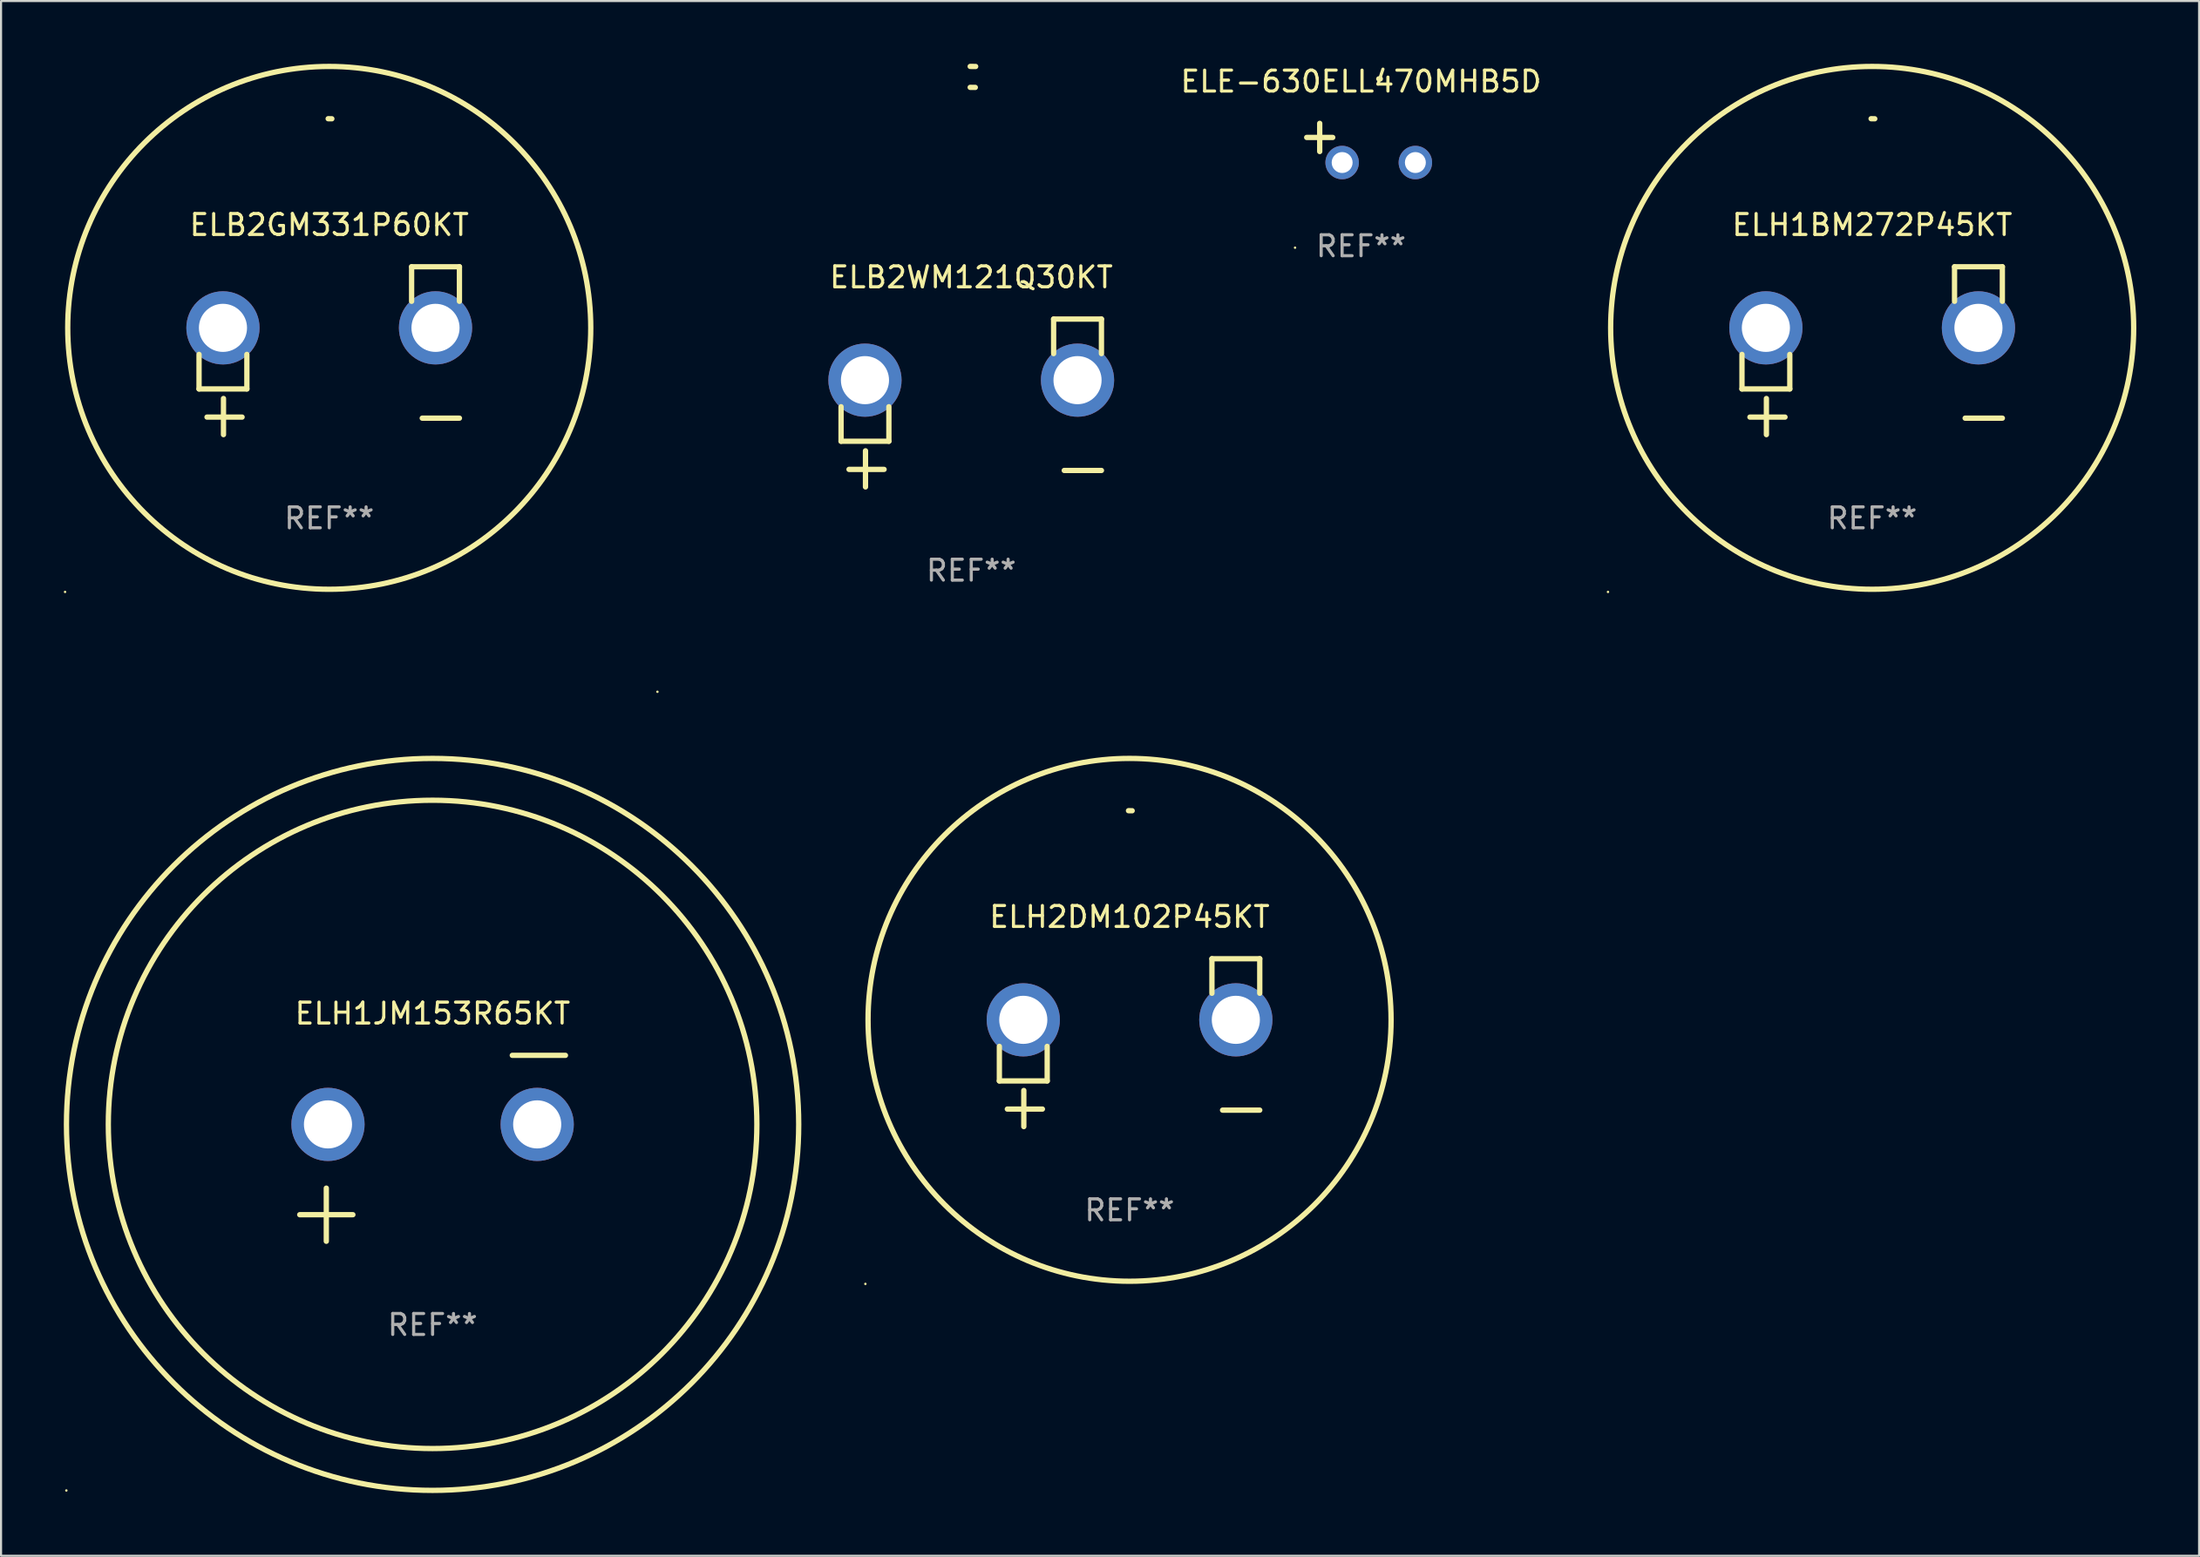
<source format=kicad_pcb>
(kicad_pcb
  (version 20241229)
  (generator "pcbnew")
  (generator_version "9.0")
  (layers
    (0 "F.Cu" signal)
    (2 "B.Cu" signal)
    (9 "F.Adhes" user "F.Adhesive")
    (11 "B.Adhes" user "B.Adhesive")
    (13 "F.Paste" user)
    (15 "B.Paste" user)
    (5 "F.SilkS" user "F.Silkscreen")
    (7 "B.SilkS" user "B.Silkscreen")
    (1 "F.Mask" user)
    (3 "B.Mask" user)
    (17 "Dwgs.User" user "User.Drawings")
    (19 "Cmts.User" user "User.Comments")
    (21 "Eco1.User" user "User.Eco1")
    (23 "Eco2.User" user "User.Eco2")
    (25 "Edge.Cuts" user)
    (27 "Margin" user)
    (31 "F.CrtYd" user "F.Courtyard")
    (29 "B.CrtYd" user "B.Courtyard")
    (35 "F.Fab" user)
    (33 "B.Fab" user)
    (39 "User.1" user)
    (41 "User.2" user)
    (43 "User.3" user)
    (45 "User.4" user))
  (footprint "ELH2DM102P45KT"
    (layer "F.Cu")
    (at 50.941 46.807)
    (property "Reference" "ELH2DM102P45KT" (at 0 -6.013 0) (layer "F.SilkS") (effects (font (size 1 1) (thickness 0.15))))
    (attr through_hole)
    (fp_line (start -6.223 0.178) (end -6.223 1.829) (stroke (width 0.254) (type solid)) (layer "F.SilkS"))
    (fp_line (start -6.223 1.829) (end -3.937 1.829) (stroke (width 0.254) (type solid)) (layer "F.SilkS"))
    (fp_line (start -5.055 4.013) (end -5.055 2.286) (stroke (width 0.254) (type solid)) (layer "F.SilkS"))
    (fp_line (start -4.166 3.175) (end -5.842 3.175) (stroke (width 0.254) (type solid)) (layer "F.SilkS"))
    (fp_line (start -3.937 1.829) (end -3.937 0.178) (stroke (width 0.254) (type solid)) (layer "F.SilkS"))
    (fp_line (start 3.937 -4.013) (end 3.937 -2.362) (stroke (width 0.254) (type solid)) (layer "F.SilkS"))
    (fp_line (start 6.223 -4.013) (end 3.937 -4.013) (stroke (width 0.254) (type solid)) (layer "F.SilkS"))
    (fp_line (start 6.223 -2.362) (end 6.223 -4.013) (stroke (width 0.254) (type solid)) (layer "F.SilkS"))
    (fp_line (start 6.223 3.226) (end 4.445 3.226) (stroke (width 0.254) (type solid)) (layer "F.SilkS"))
    (fp_arc (start -0.0508 -11.092202) (mid 0.036835 -11.091307) (end 0.12446 -11.089662) (stroke (width 0.254001) (type solid)) (layer "F.SilkS"))
    (fp_circle (center -12.627 11.535) (end -12.597 11.535) (stroke (width 0.06) (type solid)) (fill no) (layer "F.SilkS"))
    (fp_circle (center 0 -1.092) (end 12.5 -1.092) (stroke (width 0.254) (type solid)) (fill no) (layer "F.SilkS"))
    (fp_text user "REF**" (at 0 8.013 0) (layer "F.Fab") (effects (font (size 1 1) (thickness 0.15))))
    (pad "1" thru_hole circle (at -5.08 -1.092) (size 3.5 3.5) (drill 2.3) (layers "*.Cu" "*.Mask"))
    (pad "2" thru_hole circle (at 5.08 -1.092) (size 3.5 3.5) (drill 2.3) (layers "*.Cu" "*.Mask")))
  (footprint "ELH1JM153R65KT"
    (layer "F.Cu")
    (at 17.627 51.858)
    (property "Reference" "ELH1JM153R65KT" (at 0 -6.445 0) (layer "F.SilkS") (effects (font (size 1 1) (thickness 0.15))))
    (attr through_hole)
    (fp_line (start -6.35 3.175) (end -3.81 3.175) (stroke (width 0.254) (type solid)) (layer "F.SilkS"))
    (fp_line (start -5.08 1.905) (end -5.08 4.445) (stroke (width 0.254) (type solid)) (layer "F.SilkS"))
    (fp_line (start 3.81 -4.445) (end 6.35 -4.445) (stroke (width 0.254) (type solid)) (layer "F.SilkS"))
    (fp_circle (center -17.505 16.362) (end -17.475 16.362) (stroke (width 0.06) (type solid)) (fill no) (layer "F.SilkS"))
    (fp_circle (center 0 -1.143) (end 15.5 -1.143) (stroke (width 0.254) (type solid)) (fill no) (layer "F.SilkS"))
    (fp_circle (center 0 -1.143) (end 17.5 -1.143) (stroke (width 0.254) (type solid)) (fill no) (layer "F.SilkS"))
    (fp_text user "REF**" (at 0 8.445 0) (layer "F.Fab") (effects (font (size 1 1) (thickness 0.15))))
    (pad "1" thru_hole circle (at -5 -1.143) (size 3.5 3.5) (drill 2.3) (layers "*.Cu" "*.Mask"))
    (pad "2" thru_hole circle (at 5 -1.143) (size 3.5 3.5) (drill 2.3) (layers "*.Cu" "*.Mask")))
  (footprint "ELB2GM331P60KT"
    (layer "F.Cu")
    (at 12.687 13.719)
    (property "Reference" "ELB2GM331P60KT" (at 0 -6.013 0) (layer "F.SilkS") (effects (font (size 1 1) (thickness 0.15))))
    (attr through_hole)
    (fp_line (start -6.223 0.178) (end -6.223 1.829) (stroke (width 0.254) (type solid)) (layer "F.SilkS"))
    (fp_line (start -6.223 1.829) (end -3.937 1.829) (stroke (width 0.254) (type solid)) (layer "F.SilkS"))
    (fp_line (start -5.055 4.013) (end -5.055 2.286) (stroke (width 0.254) (type solid)) (layer "F.SilkS"))
    (fp_line (start -4.166 3.175) (end -5.842 3.175) (stroke (width 0.254) (type solid)) (layer "F.SilkS"))
    (fp_line (start -3.937 1.829) (end -3.937 0.178) (stroke (width 0.254) (type solid)) (layer "F.SilkS"))
    (fp_line (start 3.937 -4.013) (end 3.937 -2.362) (stroke (width 0.254) (type solid)) (layer "F.SilkS"))
    (fp_line (start 6.223 -4.013) (end 3.937 -4.013) (stroke (width 0.254) (type solid)) (layer "F.SilkS"))
    (fp_line (start 6.223 -2.362) (end 6.223 -4.013) (stroke (width 0.254) (type solid)) (layer "F.SilkS"))
    (fp_line (start 6.223 3.226) (end 4.445 3.226) (stroke (width 0.254) (type solid)) (layer "F.SilkS"))
    (fp_arc (start -0.0508 -11.092202) (mid 0.036835 -11.091307) (end 0.12446 -11.089662) (stroke (width 0.254001) (type solid)) (layer "F.SilkS"))
    (fp_circle (center -12.627 11.535) (end -12.597 11.535) (stroke (width 0.06) (type solid)) (fill no) (layer "F.SilkS"))
    (fp_circle (center 0 -1.092) (end 12.5 -1.092) (stroke (width 0.254) (type solid)) (fill no) (layer "F.SilkS"))
    (fp_text user "REF**" (at 0 8.013 0) (layer "F.Fab") (effects (font (size 1 1) (thickness 0.15))))
    (pad "1" thru_hole circle (at -5.08 -1.092) (size 3.5 3.5) (drill 2.3) (layers "*.Cu" "*.Mask"))
    (pad "2" thru_hole circle (at 5.08 -1.092) (size 3.5 3.5) (drill 2.3) (layers "*.Cu" "*.Mask")))
  (footprint "ELH1BM272P45KT"
    (layer "F.Cu")
    (at 86.436 13.719)
    (property "Reference" "ELH1BM272P45KT" (at 0 -6.013 0) (layer "F.SilkS") (effects (font (size 1 1) (thickness 0.15))))
    (attr through_hole)
    (fp_line (start -6.223 0.178) (end -6.223 1.829) (stroke (width 0.254) (type solid)) (layer "F.SilkS"))
    (fp_line (start -6.223 1.829) (end -3.937 1.829) (stroke (width 0.254) (type solid)) (layer "F.SilkS"))
    (fp_line (start -5.055 4.013) (end -5.055 2.286) (stroke (width 0.254) (type solid)) (layer "F.SilkS"))
    (fp_line (start -4.166 3.175) (end -5.842 3.175) (stroke (width 0.254) (type solid)) (layer "F.SilkS"))
    (fp_line (start -3.937 1.829) (end -3.937 0.178) (stroke (width 0.254) (type solid)) (layer "F.SilkS"))
    (fp_line (start 3.937 -4.013) (end 3.937 -2.362) (stroke (width 0.254) (type solid)) (layer "F.SilkS"))
    (fp_line (start 6.223 -4.013) (end 3.937 -4.013) (stroke (width 0.254) (type solid)) (layer "F.SilkS"))
    (fp_line (start 6.223 -2.362) (end 6.223 -4.013) (stroke (width 0.254) (type solid)) (layer "F.SilkS"))
    (fp_line (start 6.223 3.226) (end 4.445 3.226) (stroke (width 0.254) (type solid)) (layer "F.SilkS"))
    (fp_arc (start -0.0508 -11.092202) (mid 0.036835 -11.091307) (end 0.12446 -11.089662) (stroke (width 0.254001) (type solid)) (layer "F.SilkS"))
    (fp_circle (center -12.627 11.535) (end -12.597 11.535) (stroke (width 0.06) (type solid)) (fill no) (layer "F.SilkS"))
    (fp_circle (center 0 -1.092) (end 12.5 -1.092) (stroke (width 0.254) (type solid)) (fill no) (layer "F.SilkS"))
    (fp_text user "REF**" (at 0 8.013 0) (layer "F.Fab") (effects (font (size 1 1) (thickness 0.15))))
    (pad "1" thru_hole circle (at -5.08 -1.092) (size 3.5 3.5) (drill 2.3) (layers "*.Cu" "*.Mask"))
    (pad "2" thru_hole circle (at 5.08 -1.092) (size 3.5 3.5) (drill 2.3) (layers "*.Cu" "*.Mask")))
  (footprint "ELE-630ELL470MHB5D"
    (layer "F.Cu")
    (at 62.005 3.785)
    (property "Reference" "ELE-630ELL470MHB5D" (at 0 -2.937 0) (layer "F.SilkS") (effects (font (size 1 1) (thickness 0.15))))
    (attr through_hole)
    (fp_line (start -1.975 0.41) (end -1.975 -0.937) (stroke (width 0.254) (type solid)) (layer "F.SilkS"))
    (fp_line (start -1.353 -0.263) (end -2.597 -0.263) (stroke (width 0.254) (type solid)) (layer "F.SilkS"))
    (fp_arc (start 0.849809 -3.063957) (mid 0.885369 -3.064114) (end 0.920929 -3.063957) (stroke (width 0.254001) (type solid)) (layer "F.SilkS"))
    (fp_circle (center -3.154 5.008) (end -3.124 5.008) (stroke (width 0.06) (type solid)) (fill no) (layer "F.SilkS"))
    (fp_text user "REF**" (at 0 4.937 0) (layer "F.Fab") (effects (font (size 1 1) (thickness 0.15))))
    (pad "1" thru_hole circle (at -0.903 0.937) (size 1.6 1.6) (drill 1) (layers "*.Cu" "*.Mask"))
    (pad "2" thru_hole circle (at 2.597 0.937) (size 1.6 1.6) (drill 1) (layers "*.Cu" "*.Mask")))
  (footprint "ELB2WM121Q30KT"
    (layer "F.Cu")
    (at 43.374 16.22)
    (property "Reference" "ELB2WM121Q30KT" (at 0 -6.013 0) (layer "F.SilkS") (effects (font (size 1 1) (thickness 0.15))))
    (attr through_hole)
    (fp_line (start -6.223 0.178) (end -6.223 1.829) (stroke (width 0.254) (type solid)) (layer "F.SilkS"))
    (fp_line (start -6.223 1.829) (end -3.937 1.829) (stroke (width 0.254) (type solid)) (layer "F.SilkS"))
    (fp_line (start -5.055 4.013) (end -5.055 2.286) (stroke (width 0.254) (type solid)) (layer "F.SilkS"))
    (fp_line (start -4.166 3.175) (end -5.842 3.175) (stroke (width 0.254) (type solid)) (layer "F.SilkS"))
    (fp_line (start -3.937 1.829) (end -3.937 0.178) (stroke (width 0.254) (type solid)) (layer "F.SilkS"))
    (fp_line (start 3.937 -4.013) (end 3.937 -2.362) (stroke (width 0.254) (type solid)) (layer "F.SilkS"))
    (fp_line (start 6.223 -4.013) (end 3.937 -4.013) (stroke (width 0.254) (type solid)) (layer "F.SilkS"))
    (fp_line (start 6.223 -2.362) (end 6.223 -4.013) (stroke (width 0.254) (type solid)) (layer "F.SilkS"))
    (fp_line (start 6.223 3.226) (end 4.445 3.226) (stroke (width 0.254) (type solid)) (layer "F.SilkS"))
    (fp_arc (start -0.0508 -16.093472) (mid 0.080016 -16.092762) (end 0.210821 -16.090932) (stroke (width 0.254001) (type solid)) (layer "F.SilkS"))
    (fp_arc (start -0.0508 -15.09271) (mid 0.071125 -15.091961) (end 0.19304 -15.09017) (stroke (width 0.254001) (type solid)) (layer "F.SilkS"))
    (fp_circle (center -15 13.808) (end -14.97 13.808) (stroke (width 0.06) (type solid)) (fill no) (layer "F.SilkS"))
    (fp_text user "REF**" (at 0 8.013 0) (layer "F.Fab") (effects (font (size 1 1) (thickness 0.15))))
    (pad "1" thru_hole circle (at -5.08 -1.092) (size 3.5 3.5) (drill 2.3) (layers "*.Cu" "*.Mask"))
    (pad "2" thru_hole circle (at 5.08 -1.092) (size 3.5 3.5) (drill 2.3) (layers "*.Cu" "*.Mask")))
  (gr_rect
    (start -3 -3)
    (end 102.062 71.343)
    (stroke (width 0.1) (type default))
    (fill no)
    (layer "Edge.Cuts")))
</source>
